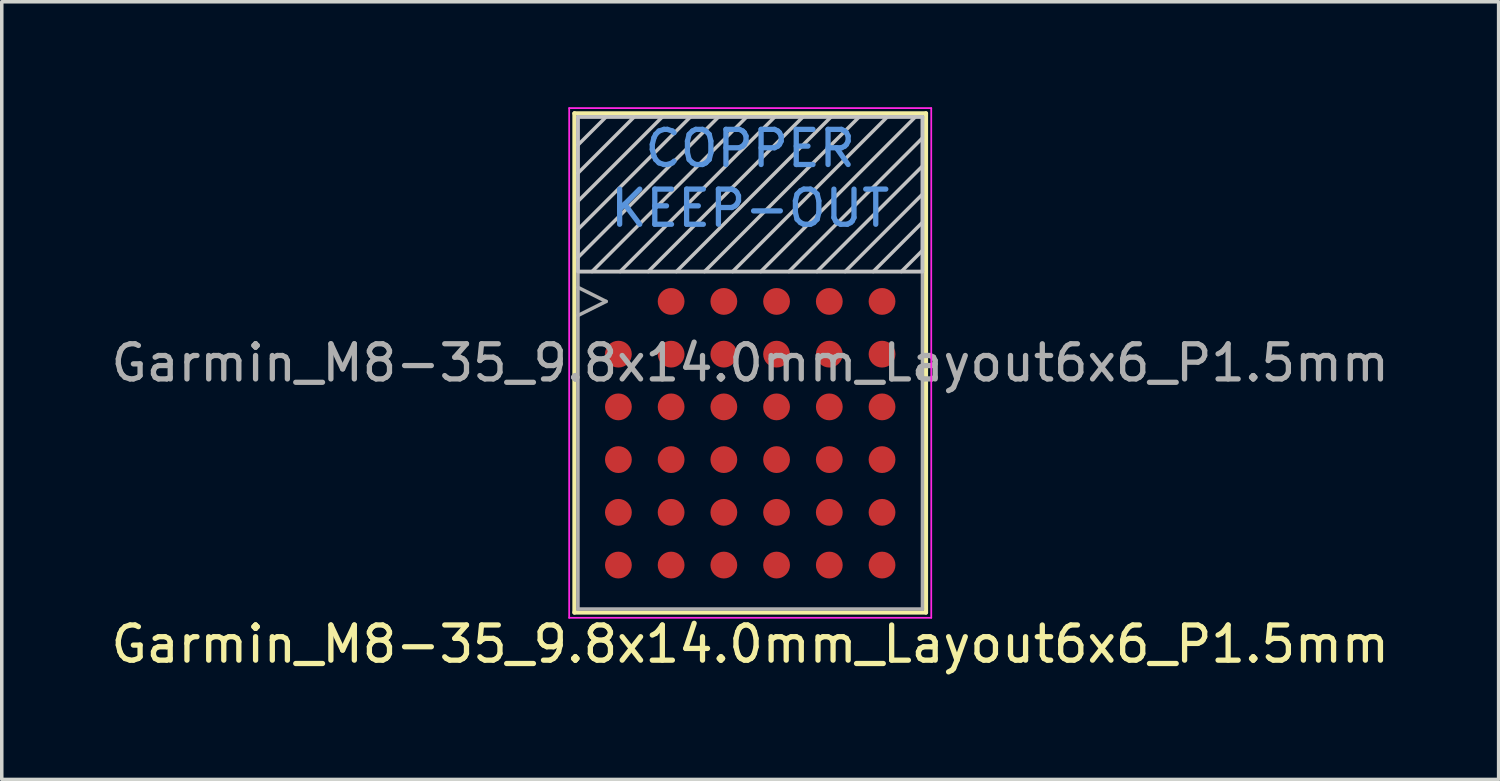
<source format=kicad_pcb>
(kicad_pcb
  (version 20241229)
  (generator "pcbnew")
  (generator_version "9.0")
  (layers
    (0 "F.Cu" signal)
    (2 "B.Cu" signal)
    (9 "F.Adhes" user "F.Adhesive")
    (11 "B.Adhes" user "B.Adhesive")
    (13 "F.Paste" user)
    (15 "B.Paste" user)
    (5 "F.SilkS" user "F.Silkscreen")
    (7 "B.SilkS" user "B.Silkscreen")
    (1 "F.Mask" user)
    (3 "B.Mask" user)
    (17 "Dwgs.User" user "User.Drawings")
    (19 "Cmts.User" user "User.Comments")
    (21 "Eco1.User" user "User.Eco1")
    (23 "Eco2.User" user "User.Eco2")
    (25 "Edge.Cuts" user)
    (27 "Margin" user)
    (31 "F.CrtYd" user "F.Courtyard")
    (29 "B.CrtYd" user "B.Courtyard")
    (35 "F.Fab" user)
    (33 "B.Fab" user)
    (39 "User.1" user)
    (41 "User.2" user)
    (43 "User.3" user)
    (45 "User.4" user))
  (footprint "Garmin_M8-35_9.8x14.0mm_Layout6x6_P1.5mm"
    (layer "F.Cu")
    (at 18.292 7.275)
    (property "Reference" "Garmin_M8-35_9.8x14.0mm_Layout6x6_P1.5mm" (at 0 8 0) (layer "F.SilkS") (effects (font (size 1 1) (thickness 0.15))))
    (attr smd)
    (fp_line (start -5 -7.1) (end -5 7.1) (stroke (width 0.12) (type solid)) (layer "F.SilkS"))
    (fp_line (start -5 7.1) (end 5 7.1) (stroke (width 0.12) (type solid)) (layer "F.SilkS"))
    (fp_line (start 5 -7.1) (end -5 -7.1) (stroke (width 0.12) (type solid)) (layer "F.SilkS"))
    (fp_line (start 5 7.1) (end 5 -7.1) (stroke (width 0.12) (type solid)) (layer "F.SilkS"))
    (fp_poly (pts (xy -4.18 -0.315) (xy -4.18 -0.68) (xy -3.815 -0.68) (xy -3.815 -0.315)) (stroke (width 0) (type solid)) (fill yes) (layer "F.Paste"))
    (fp_poly (pts (xy -4.18 0.18) (xy -4.18 -0.185) (xy -3.815 -0.185) (xy -3.815 0.18)) (stroke (width 0) (type solid)) (fill yes) (layer "F.Paste"))
    (fp_poly (pts (xy -4.18 1.185) (xy -4.18 0.82) (xy -3.815 0.82) (xy -3.815 1.185)) (stroke (width 0) (type solid)) (fill yes) (layer "F.Paste"))
    (fp_poly (pts (xy -4.18 1.68) (xy -4.18 1.315) (xy -3.815 1.315) (xy -3.815 1.68)) (stroke (width 0) (type solid)) (fill yes) (layer "F.Paste"))
    (fp_poly (pts (xy -4.18 2.685) (xy -4.18 2.32) (xy -3.815 2.32) (xy -3.815 2.685)) (stroke (width 0) (type solid)) (fill yes) (layer "F.Paste"))
    (fp_poly (pts (xy -4.18 3.18) (xy -4.18 2.815) (xy -3.815 2.815) (xy -3.815 3.18)) (stroke (width 0) (type solid)) (fill yes) (layer "F.Paste"))
    (fp_poly (pts (xy -4.18 4.185) (xy -4.18 3.82) (xy -3.815 3.82) (xy -3.815 4.185)) (stroke (width 0) (type solid)) (fill yes) (layer "F.Paste"))
    (fp_poly (pts (xy -4.18 4.68) (xy -4.18 4.315) (xy -3.815 4.315) (xy -3.815 4.68)) (stroke (width 0) (type solid)) (fill yes) (layer "F.Paste"))
    (fp_poly (pts (xy -4.18 5.685) (xy -4.18 5.32) (xy -3.815 5.32) (xy -3.815 5.685)) (stroke (width 0) (type solid)) (fill yes) (layer "F.Paste"))
    (fp_poly (pts (xy -4.18 6.18) (xy -4.18 5.815) (xy -3.815 5.815) (xy -3.815 6.18)) (stroke (width 0) (type solid)) (fill yes) (layer "F.Paste"))
    (fp_poly (pts (xy -3.685 -0.315) (xy -3.685 -0.68) (xy -3.32 -0.68) (xy -3.32 -0.315)) (stroke (width 0) (type solid)) (fill yes) (layer "F.Paste"))
    (fp_poly (pts (xy -3.685 0.18) (xy -3.685 -0.185) (xy -3.32 -0.185) (xy -3.32 0.18)) (stroke (width 0) (type solid)) (fill yes) (layer "F.Paste"))
    (fp_poly (pts (xy -3.685 1.185) (xy -3.685 0.82) (xy -3.32 0.82) (xy -3.32 1.185)) (stroke (width 0) (type solid)) (fill yes) (layer "F.Paste"))
    (fp_poly (pts (xy -3.685 1.68) (xy -3.685 1.315) (xy -3.32 1.315) (xy -3.32 1.68)) (stroke (width 0) (type solid)) (fill yes) (layer "F.Paste"))
    (fp_poly (pts (xy -3.685 2.685) (xy -3.685 2.32) (xy -3.32 2.32) (xy -3.32 2.685)) (stroke (width 0) (type solid)) (fill yes) (layer "F.Paste"))
    (fp_poly (pts (xy -3.685 3.18) (xy -3.685 2.815) (xy -3.32 2.815) (xy -3.32 3.18)) (stroke (width 0) (type solid)) (fill yes) (layer "F.Paste"))
    (fp_poly (pts (xy -3.685 4.185) (xy -3.685 3.82) (xy -3.32 3.82) (xy -3.32 4.185)) (stroke (width 0) (type solid)) (fill yes) (layer "F.Paste"))
    (fp_poly (pts (xy -3.685 4.68) (xy -3.685 4.315) (xy -3.32 4.315) (xy -3.32 4.68)) (stroke (width 0) (type solid)) (fill yes) (layer "F.Paste"))
    (fp_poly (pts (xy -3.685 5.685) (xy -3.685 5.32) (xy -3.32 5.32) (xy -3.32 5.685)) (stroke (width 0) (type solid)) (fill yes) (layer "F.Paste"))
    (fp_poly (pts (xy -3.685 6.18) (xy -3.685 5.815) (xy -3.32 5.815) (xy -3.32 6.18)) (stroke (width 0) (type solid)) (fill yes) (layer "F.Paste"))
    (fp_poly (pts (xy -2.68 -1.815) (xy -2.68 -2.18) (xy -2.315 -2.18) (xy -2.315 -1.815)) (stroke (width 0) (type solid)) (fill yes) (layer "F.Paste"))
    (fp_poly (pts (xy -2.68 -1.32) (xy -2.68 -1.685) (xy -2.315 -1.685) (xy -2.315 -1.32)) (stroke (width 0) (type solid)) (fill yes) (layer "F.Paste"))
    (fp_poly (pts (xy -2.68 -0.315) (xy -2.68 -0.68) (xy -2.315 -0.68) (xy -2.315 -0.315)) (stroke (width 0) (type solid)) (fill yes) (layer "F.Paste"))
    (fp_poly (pts (xy -2.68 0.18) (xy -2.68 -0.185) (xy -2.315 -0.185) (xy -2.315 0.18)) (stroke (width 0) (type solid)) (fill yes) (layer "F.Paste"))
    (fp_poly (pts (xy -2.68 1.185) (xy -2.68 0.82) (xy -2.315 0.82) (xy -2.315 1.185)) (stroke (width 0) (type solid)) (fill yes) (layer "F.Paste"))
    (fp_poly (pts (xy -2.68 1.68) (xy -2.68 1.315) (xy -2.315 1.315) (xy -2.315 1.68)) (stroke (width 0) (type solid)) (fill yes) (layer "F.Paste"))
    (fp_poly (pts (xy -2.68 2.685) (xy -2.68 2.32) (xy -2.315 2.32) (xy -2.315 2.685)) (stroke (width 0) (type solid)) (fill yes) (layer "F.Paste"))
    (fp_poly (pts (xy -2.68 3.18) (xy -2.68 2.815) (xy -2.315 2.815) (xy -2.315 3.18)) (stroke (width 0) (type solid)) (fill yes) (layer "F.Paste"))
    (fp_poly (pts (xy -2.68 4.185) (xy -2.68 3.82) (xy -2.315 3.82) (xy -2.315 4.185)) (stroke (width 0) (type solid)) (fill yes) (layer "F.Paste"))
    (fp_poly (pts (xy -2.68 4.68) (xy -2.68 4.315) (xy -2.315 4.315) (xy -2.315 4.68)) (stroke (width 0) (type solid)) (fill yes) (layer "F.Paste"))
    (fp_poly (pts (xy -2.68 5.685) (xy -2.68 5.32) (xy -2.315 5.32) (xy -2.315 5.685)) (stroke (width 0) (type solid)) (fill yes) (layer "F.Paste"))
    (fp_poly (pts (xy -2.68 6.18) (xy -2.68 5.815) (xy -2.315 5.815) (xy -2.315 6.18)) (stroke (width 0) (type solid)) (fill yes) (layer "F.Paste"))
    (fp_poly (pts (xy -2.185 -1.815) (xy -2.185 -2.18) (xy -1.82 -2.18) (xy -1.82 -1.815)) (stroke (width 0) (type solid)) (fill yes) (layer "F.Paste"))
    (fp_poly (pts (xy -2.185 -1.32) (xy -2.185 -1.685) (xy -1.82 -1.685) (xy -1.82 -1.32)) (stroke (width 0) (type solid)) (fill yes) (layer "F.Paste"))
    (fp_poly (pts (xy -2.185 -0.315) (xy -2.185 -0.68) (xy -1.82 -0.68) (xy -1.82 -0.315)) (stroke (width 0) (type solid)) (fill yes) (layer "F.Paste"))
    (fp_poly (pts (xy -2.185 0.18) (xy -2.185 -0.185) (xy -1.82 -0.185) (xy -1.82 0.18)) (stroke (width 0) (type solid)) (fill yes) (layer "F.Paste"))
    (fp_poly (pts (xy -2.185 1.185) (xy -2.185 0.82) (xy -1.82 0.82) (xy -1.82 1.185)) (stroke (width 0) (type solid)) (fill yes) (layer "F.Paste"))
    (fp_poly (pts (xy -2.185 1.68) (xy -2.185 1.315) (xy -1.82 1.315) (xy -1.82 1.68)) (stroke (width 0) (type solid)) (fill yes) (layer "F.Paste"))
    (fp_poly (pts (xy -2.185 2.685) (xy -2.185 2.32) (xy -1.82 2.32) (xy -1.82 2.685)) (stroke (width 0) (type solid)) (fill yes) (layer "F.Paste"))
    (fp_poly (pts (xy -2.185 3.18) (xy -2.185 2.815) (xy -1.82 2.815) (xy -1.82 3.18)) (stroke (width 0) (type solid)) (fill yes) (layer "F.Paste"))
    (fp_poly (pts (xy -2.185 4.185) (xy -2.185 3.82) (xy -1.82 3.82) (xy -1.82 4.185)) (stroke (width 0) (type solid)) (fill yes) (layer "F.Paste"))
    (fp_poly (pts (xy -2.185 4.68) (xy -2.185 4.315) (xy -1.82 4.315) (xy -1.82 4.68)) (stroke (width 0) (type solid)) (fill yes) (layer "F.Paste"))
    (fp_poly (pts (xy -2.185 5.685) (xy -2.185 5.32) (xy -1.82 5.32) (xy -1.82 5.685)) (stroke (width 0) (type solid)) (fill yes) (layer "F.Paste"))
    (fp_poly (pts (xy -2.185 6.18) (xy -2.185 5.815) (xy -1.82 5.815) (xy -1.82 6.18)) (stroke (width 0) (type solid)) (fill yes) (layer "F.Paste"))
    (fp_poly (pts (xy -1.18 -1.815) (xy -1.18 -2.18) (xy -0.815 -2.18) (xy -0.815 -1.815)) (stroke (width 0) (type solid)) (fill yes) (layer "F.Paste"))
    (fp_poly (pts (xy -1.18 -1.32) (xy -1.18 -1.685) (xy -0.815 -1.685) (xy -0.815 -1.32)) (stroke (width 0) (type solid)) (fill yes) (layer "F.Paste"))
    (fp_poly (pts (xy -1.18 -0.315) (xy -1.18 -0.68) (xy -0.815 -0.68) (xy -0.815 -0.315)) (stroke (width 0) (type solid)) (fill yes) (layer "F.Paste"))
    (fp_poly (pts (xy -1.18 0.18) (xy -1.18 -0.185) (xy -0.815 -0.185) (xy -0.815 0.18)) (stroke (width 0) (type solid)) (fill yes) (layer "F.Paste"))
    (fp_poly (pts (xy -1.18 1.185) (xy -1.18 0.82) (xy -0.815 0.82) (xy -0.815 1.185)) (stroke (width 0) (type solid)) (fill yes) (layer "F.Paste"))
    (fp_poly (pts (xy -1.18 1.68) (xy -1.18 1.315) (xy -0.815 1.315) (xy -0.815 1.68)) (stroke (width 0) (type solid)) (fill yes) (layer "F.Paste"))
    (fp_poly (pts (xy -1.18 2.685) (xy -1.18 2.32) (xy -0.815 2.32) (xy -0.815 2.685)) (stroke (width 0) (type solid)) (fill yes) (layer "F.Paste"))
    (fp_poly (pts (xy -1.18 3.18) (xy -1.18 2.815) (xy -0.815 2.815) (xy -0.815 3.18)) (stroke (width 0) (type solid)) (fill yes) (layer "F.Paste"))
    (fp_poly (pts (xy -1.18 4.185) (xy -1.18 3.82) (xy -0.815 3.82) (xy -0.815 4.185)) (stroke (width 0) (type solid)) (fill yes) (layer "F.Paste"))
    (fp_poly (pts (xy -1.18 4.68) (xy -1.18 4.315) (xy -0.815 4.315) (xy -0.815 4.68)) (stroke (width 0) (type solid)) (fill yes) (layer "F.Paste"))
    (fp_poly (pts (xy -1.18 5.685) (xy -1.18 5.32) (xy -0.815 5.32) (xy -0.815 5.685)) (stroke (width 0) (type solid)) (fill yes) (layer "F.Paste"))
    (fp_poly (pts (xy -1.18 6.18) (xy -1.18 5.815) (xy -0.815 5.815) (xy -0.815 6.18)) (stroke (width 0) (type solid)) (fill yes) (layer "F.Paste"))
    (fp_poly (pts (xy -0.685 -1.815) (xy -0.685 -2.18) (xy -0.32 -2.18) (xy -0.32 -1.815)) (stroke (width 0) (type solid)) (fill yes) (layer "F.Paste"))
    (fp_poly (pts (xy -0.685 -1.32) (xy -0.685 -1.685) (xy -0.32 -1.685) (xy -0.32 -1.32)) (stroke (width 0) (type solid)) (fill yes) (layer "F.Paste"))
    (fp_poly (pts (xy -0.685 -0.315) (xy -0.685 -0.68) (xy -0.32 -0.68) (xy -0.32 -0.315)) (stroke (width 0) (type solid)) (fill yes) (layer "F.Paste"))
    (fp_poly (pts (xy -0.685 0.18) (xy -0.685 -0.185) (xy -0.32 -0.185) (xy -0.32 0.18)) (stroke (width 0) (type solid)) (fill yes) (layer "F.Paste"))
    (fp_poly (pts (xy -0.685 1.185) (xy -0.685 0.82) (xy -0.32 0.82) (xy -0.32 1.185)) (stroke (width 0) (type solid)) (fill yes) (layer "F.Paste"))
    (fp_poly (pts (xy -0.685 1.68) (xy -0.685 1.315) (xy -0.32 1.315) (xy -0.32 1.68)) (stroke (width 0) (type solid)) (fill yes) (layer "F.Paste"))
    (fp_poly (pts (xy -0.685 2.685) (xy -0.685 2.32) (xy -0.32 2.32) (xy -0.32 2.685)) (stroke (width 0) (type solid)) (fill yes) (layer "F.Paste"))
    (fp_poly (pts (xy -0.685 3.18) (xy -0.685 2.815) (xy -0.32 2.815) (xy -0.32 3.18)) (stroke (width 0) (type solid)) (fill yes) (layer "F.Paste"))
    (fp_poly (pts (xy -0.685 4.185) (xy -0.685 3.82) (xy -0.32 3.82) (xy -0.32 4.185)) (stroke (width 0) (type solid)) (fill yes) (layer "F.Paste"))
    (fp_poly (pts (xy -0.685 4.68) (xy -0.685 4.315) (xy -0.32 4.315) (xy -0.32 4.68)) (stroke (width 0) (type solid)) (fill yes) (layer "F.Paste"))
    (fp_poly (pts (xy -0.685 5.685) (xy -0.685 5.32) (xy -0.32 5.32) (xy -0.32 5.685)) (stroke (width 0) (type solid)) (fill yes) (layer "F.Paste"))
    (fp_poly (pts (xy -0.685 6.18) (xy -0.685 5.815) (xy -0.32 5.815) (xy -0.32 6.18)) (stroke (width 0) (type solid)) (fill yes) (layer "F.Paste"))
    (fp_poly (pts (xy 0.32 -1.815) (xy 0.32 -2.18) (xy 0.685 -2.18) (xy 0.685 -1.815)) (stroke (width 0) (type solid)) (fill yes) (layer "F.Paste"))
    (fp_poly (pts (xy 0.32 -1.32) (xy 0.32 -1.685) (xy 0.685 -1.685) (xy 0.685 -1.32)) (stroke (width 0) (type solid)) (fill yes) (layer "F.Paste"))
    (fp_poly (pts (xy 0.32 -0.315) (xy 0.32 -0.68) (xy 0.685 -0.68) (xy 0.685 -0.315)) (stroke (width 0) (type solid)) (fill yes) (layer "F.Paste"))
    (fp_poly (pts (xy 0.32 0.18) (xy 0.32 -0.185) (xy 0.685 -0.185) (xy 0.685 0.18)) (stroke (width 0) (type solid)) (fill yes) (layer "F.Paste"))
    (fp_poly (pts (xy 0.32 1.185) (xy 0.32 0.82) (xy 0.685 0.82) (xy 0.685 1.185)) (stroke (width 0) (type solid)) (fill yes) (layer "F.Paste"))
    (fp_poly (pts (xy 0.32 1.68) (xy 0.32 1.315) (xy 0.685 1.315) (xy 0.685 1.68)) (stroke (width 0) (type solid)) (fill yes) (layer "F.Paste"))
    (fp_poly (pts (xy 0.32 2.685) (xy 0.32 2.32) (xy 0.685 2.32) (xy 0.685 2.685)) (stroke (width 0) (type solid)) (fill yes) (layer "F.Paste"))
    (fp_poly (pts (xy 0.32 3.18) (xy 0.32 2.815) (xy 0.685 2.815) (xy 0.685 3.18)) (stroke (width 0) (type solid)) (fill yes) (layer "F.Paste"))
    (fp_poly (pts (xy 0.32 4.185) (xy 0.32 3.82) (xy 0.685 3.82) (xy 0.685 4.185)) (stroke (width 0) (type solid)) (fill yes) (layer "F.Paste"))
    (fp_poly (pts (xy 0.32 4.68) (xy 0.32 4.315) (xy 0.685 4.315) (xy 0.685 4.68)) (stroke (width 0) (type solid)) (fill yes) (layer "F.Paste"))
    (fp_poly (pts (xy 0.32 5.685) (xy 0.32 5.32) (xy 0.685 5.32) (xy 0.685 5.685)) (stroke (width 0) (type solid)) (fill yes) (layer "F.Paste"))
    (fp_poly (pts (xy 0.32 6.18) (xy 0.32 5.815) (xy 0.685 5.815) (xy 0.685 6.18)) (stroke (width 0) (type solid)) (fill yes) (layer "F.Paste"))
    (fp_poly (pts (xy 0.815 -1.815) (xy 0.815 -2.18) (xy 1.18 -2.18) (xy 1.18 -1.815)) (stroke (width 0) (type solid)) (fill yes) (layer "F.Paste"))
    (fp_poly (pts (xy 0.815 -1.32) (xy 0.815 -1.685) (xy 1.18 -1.685) (xy 1.18 -1.32)) (stroke (width 0) (type solid)) (fill yes) (layer "F.Paste"))
    (fp_poly (pts (xy 0.815 -0.315) (xy 0.815 -0.68) (xy 1.18 -0.68) (xy 1.18 -0.315)) (stroke (width 0) (type solid)) (fill yes) (layer "F.Paste"))
    (fp_poly (pts (xy 0.815 0.18) (xy 0.815 -0.185) (xy 1.18 -0.185) (xy 1.18 0.18)) (stroke (width 0) (type solid)) (fill yes) (layer "F.Paste"))
    (fp_poly (pts (xy 0.815 1.185) (xy 0.815 0.82) (xy 1.18 0.82) (xy 1.18 1.185)) (stroke (width 0) (type solid)) (fill yes) (layer "F.Paste"))
    (fp_poly (pts (xy 0.815 1.68) (xy 0.815 1.315) (xy 1.18 1.315) (xy 1.18 1.68)) (stroke (width 0) (type solid)) (fill yes) (layer "F.Paste"))
    (fp_poly (pts (xy 0.815 2.685) (xy 0.815 2.32) (xy 1.18 2.32) (xy 1.18 2.685)) (stroke (width 0) (type solid)) (fill yes) (layer "F.Paste"))
    (fp_poly (pts (xy 0.815 3.18) (xy 0.815 2.815) (xy 1.18 2.815) (xy 1.18 3.18)) (stroke (width 0) (type solid)) (fill yes) (layer "F.Paste"))
    (fp_poly (pts (xy 0.815 4.185) (xy 0.815 3.82) (xy 1.18 3.82) (xy 1.18 4.185)) (stroke (width 0) (type solid)) (fill yes) (layer "F.Paste"))
    (fp_poly (pts (xy 0.815 4.68) (xy 0.815 4.315) (xy 1.18 4.315) (xy 1.18 4.68)) (stroke (width 0) (type solid)) (fill yes) (layer "F.Paste"))
    (fp_poly (pts (xy 0.815 5.685) (xy 0.815 5.32) (xy 1.18 5.32) (xy 1.18 5.685)) (stroke (width 0) (type solid)) (fill yes) (layer "F.Paste"))
    (fp_poly (pts (xy 0.815 6.18) (xy 0.815 5.815) (xy 1.18 5.815) (xy 1.18 6.18)) (stroke (width 0) (type solid)) (fill yes) (layer "F.Paste"))
    (fp_poly (pts (xy 1.82 -1.815) (xy 1.82 -2.18) (xy 2.185 -2.18) (xy 2.185 -1.815)) (stroke (width 0) (type solid)) (fill yes) (layer "F.Paste"))
    (fp_poly (pts (xy 1.82 -1.32) (xy 1.82 -1.685) (xy 2.185 -1.685) (xy 2.185 -1.32)) (stroke (width 0) (type solid)) (fill yes) (layer "F.Paste"))
    (fp_poly (pts (xy 1.82 -0.315) (xy 1.82 -0.68) (xy 2.185 -0.68) (xy 2.185 -0.315)) (stroke (width 0) (type solid)) (fill yes) (layer "F.Paste"))
    (fp_poly (pts (xy 1.82 0.18) (xy 1.82 -0.185) (xy 2.185 -0.185) (xy 2.185 0.18)) (stroke (width 0) (type solid)) (fill yes) (layer "F.Paste"))
    (fp_poly (pts (xy 1.82 1.185) (xy 1.82 0.82) (xy 2.185 0.82) (xy 2.185 1.185)) (stroke (width 0) (type solid)) (fill yes) (layer "F.Paste"))
    (fp_poly (pts (xy 1.82 1.68) (xy 1.82 1.315) (xy 2.185 1.315) (xy 2.185 1.68)) (stroke (width 0) (type solid)) (fill yes) (layer "F.Paste"))
    (fp_poly (pts (xy 1.82 2.685) (xy 1.82 2.32) (xy 2.185 2.32) (xy 2.185 2.685)) (stroke (width 0) (type solid)) (fill yes) (layer "F.Paste"))
    (fp_poly (pts (xy 1.82 3.18) (xy 1.82 2.815) (xy 2.185 2.815) (xy 2.185 3.18)) (stroke (width 0) (type solid)) (fill yes) (layer "F.Paste"))
    (fp_poly (pts (xy 1.82 4.185) (xy 1.82 3.82) (xy 2.185 3.82) (xy 2.185 4.185)) (stroke (width 0) (type solid)) (fill yes) (layer "F.Paste"))
    (fp_poly (pts (xy 1.82 4.68) (xy 1.82 4.315) (xy 2.185 4.315) (xy 2.185 4.68)) (stroke (width 0) (type solid)) (fill yes) (layer "F.Paste"))
    (fp_poly (pts (xy 1.82 5.685) (xy 1.82 5.32) (xy 2.185 5.32) (xy 2.185 5.685)) (stroke (width 0) (type solid)) (fill yes) (layer "F.Paste"))
    (fp_poly (pts (xy 1.82 6.18) (xy 1.82 5.815) (xy 2.185 5.815) (xy 2.185 6.18)) (stroke (width 0) (type solid)) (fill yes) (layer "F.Paste"))
    (fp_poly (pts (xy 2.315 -1.815) (xy 2.315 -2.18) (xy 2.68 -2.18) (xy 2.68 -1.815)) (stroke (width 0) (type solid)) (fill yes) (layer "F.Paste"))
    (fp_poly (pts (xy 2.315 -1.32) (xy 2.315 -1.685) (xy 2.68 -1.685) (xy 2.68 -1.32)) (stroke (width 0) (type solid)) (fill yes) (layer "F.Paste"))
    (fp_poly (pts (xy 2.315 -0.315) (xy 2.315 -0.68) (xy 2.68 -0.68) (xy 2.68 -0.315)) (stroke (width 0) (type solid)) (fill yes) (layer "F.Paste"))
    (fp_poly (pts (xy 2.315 0.18) (xy 2.315 -0.185) (xy 2.68 -0.185) (xy 2.68 0.18)) (stroke (width 0) (type solid)) (fill yes) (layer "F.Paste"))
    (fp_poly (pts (xy 2.315 1.185) (xy 2.315 0.82) (xy 2.68 0.82) (xy 2.68 1.185)) (stroke (width 0) (type solid)) (fill yes) (layer "F.Paste"))
    (fp_poly (pts (xy 2.315 1.68) (xy 2.315 1.315) (xy 2.68 1.315) (xy 2.68 1.68)) (stroke (width 0) (type solid)) (fill yes) (layer "F.Paste"))
    (fp_poly (pts (xy 2.315 2.685) (xy 2.315 2.32) (xy 2.68 2.32) (xy 2.68 2.685)) (stroke (width 0) (type solid)) (fill yes) (layer "F.Paste"))
    (fp_poly (pts (xy 2.315 3.18) (xy 2.315 2.815) (xy 2.68 2.815) (xy 2.68 3.18)) (stroke (width 0) (type solid)) (fill yes) (layer "F.Paste"))
    (fp_poly (pts (xy 2.315 4.185) (xy 2.315 3.82) (xy 2.68 3.82) (xy 2.68 4.185)) (stroke (width 0) (type solid)) (fill yes) (layer "F.Paste"))
    (fp_poly (pts (xy 2.315 4.68) (xy 2.315 4.315) (xy 2.68 4.315) (xy 2.68 4.68)) (stroke (width 0) (type solid)) (fill yes) (layer "F.Paste"))
    (fp_poly (pts (xy 2.315 5.685) (xy 2.315 5.32) (xy 2.68 5.32) (xy 2.68 5.685)) (stroke (width 0) (type solid)) (fill yes) (layer "F.Paste"))
    (fp_poly (pts (xy 2.315 6.18) (xy 2.315 5.815) (xy 2.68 5.815) (xy 2.68 6.18)) (stroke (width 0) (type solid)) (fill yes) (layer "F.Paste"))
    (fp_poly (pts (xy 3.32 -1.815) (xy 3.32 -2.18) (xy 3.685 -2.18) (xy 3.685 -1.815)) (stroke (width 0) (type solid)) (fill yes) (layer "F.Paste"))
    (fp_poly (pts (xy 3.32 -1.32) (xy 3.32 -1.685) (xy 3.685 -1.685) (xy 3.685 -1.32)) (stroke (width 0) (type solid)) (fill yes) (layer "F.Paste"))
    (fp_poly (pts (xy 3.32 -0.315) (xy 3.32 -0.68) (xy 3.685 -0.68) (xy 3.685 -0.315)) (stroke (width 0) (type solid)) (fill yes) (layer "F.Paste"))
    (fp_poly (pts (xy 3.32 0.18) (xy 3.32 -0.185) (xy 3.685 -0.185) (xy 3.685 0.18)) (stroke (width 0) (type solid)) (fill yes) (layer "F.Paste"))
    (fp_poly (pts (xy 3.32 1.185) (xy 3.32 0.82) (xy 3.685 0.82) (xy 3.685 1.185)) (stroke (width 0) (type solid)) (fill yes) (layer "F.Paste"))
    (fp_poly (pts (xy 3.32 1.68) (xy 3.32 1.315) (xy 3.685 1.315) (xy 3.685 1.68)) (stroke (width 0) (type solid)) (fill yes) (layer "F.Paste"))
    (fp_poly (pts (xy 3.32 2.685) (xy 3.32 2.32) (xy 3.685 2.32) (xy 3.685 2.685)) (stroke (width 0) (type solid)) (fill yes) (layer "F.Paste"))
    (fp_poly (pts (xy 3.32 3.18) (xy 3.32 2.815) (xy 3.685 2.815) (xy 3.685 3.18)) (stroke (width 0) (type solid)) (fill yes) (layer "F.Paste"))
    (fp_poly (pts (xy 3.32 4.185) (xy 3.32 3.82) (xy 3.685 3.82) (xy 3.685 4.185)) (stroke (width 0) (type solid)) (fill yes) (layer "F.Paste"))
    (fp_poly (pts (xy 3.32 4.68) (xy 3.32 4.315) (xy 3.685 4.315) (xy 3.685 4.68)) (stroke (width 0) (type solid)) (fill yes) (layer "F.Paste"))
    (fp_poly (pts (xy 3.32 5.685) (xy 3.32 5.32) (xy 3.685 5.32) (xy 3.685 5.685)) (stroke (width 0) (type solid)) (fill yes) (layer "F.Paste"))
    (fp_poly (pts (xy 3.32 6.18) (xy 3.32 5.815) (xy 3.685 5.815) (xy 3.685 6.18)) (stroke (width 0) (type solid)) (fill yes) (layer "F.Paste"))
    (fp_poly (pts (xy 3.815 -1.815) (xy 3.815 -2.18) (xy 4.18 -2.18) (xy 4.18 -1.815)) (stroke (width 0) (type solid)) (fill yes) (layer "F.Paste"))
    (fp_poly (pts (xy 3.815 -1.32) (xy 3.815 -1.685) (xy 4.18 -1.685) (xy 4.18 -1.32)) (stroke (width 0) (type solid)) (fill yes) (layer "F.Paste"))
    (fp_poly (pts (xy 3.815 -0.315) (xy 3.815 -0.68) (xy 4.18 -0.68) (xy 4.18 -0.315)) (stroke (width 0) (type solid)) (fill yes) (layer "F.Paste"))
    (fp_poly (pts (xy 3.815 0.18) (xy 3.815 -0.185) (xy 4.18 -0.185) (xy 4.18 0.18)) (stroke (width 0) (type solid)) (fill yes) (layer "F.Paste"))
    (fp_poly (pts (xy 3.815 1.185) (xy 3.815 0.82) (xy 4.18 0.82) (xy 4.18 1.185)) (stroke (width 0) (type solid)) (fill yes) (layer "F.Paste"))
    (fp_poly (pts (xy 3.815 1.68) (xy 3.815 1.315) (xy 4.18 1.315) (xy 4.18 1.68)) (stroke (width 0) (type solid)) (fill yes) (layer "F.Paste"))
    (fp_poly (pts (xy 3.815 2.685) (xy 3.815 2.32) (xy 4.18 2.32) (xy 4.18 2.685)) (stroke (width 0) (type solid)) (fill yes) (layer "F.Paste"))
    (fp_poly (pts (xy 3.815 3.18) (xy 3.815 2.815) (xy 4.18 2.815) (xy 4.18 3.18)) (stroke (width 0) (type solid)) (fill yes) (layer "F.Paste"))
    (fp_poly (pts (xy 3.815 4.185) (xy 3.815 3.82) (xy 4.18 3.82) (xy 4.18 4.185)) (stroke (width 0) (type solid)) (fill yes) (layer "F.Paste"))
    (fp_poly (pts (xy 3.815 4.68) (xy 3.815 4.315) (xy 4.18 4.315) (xy 4.18 4.68)) (stroke (width 0) (type solid)) (fill yes) (layer "F.Paste"))
    (fp_poly (pts (xy 3.815 5.685) (xy 3.815 5.32) (xy 4.18 5.32) (xy 4.18 5.685)) (stroke (width 0) (type solid)) (fill yes) (layer "F.Paste"))
    (fp_poly (pts (xy 3.815 6.18) (xy 3.815 5.815) (xy 4.18 5.815) (xy 4.18 6.18)) (stroke (width 0) (type solid)) (fill yes) (layer "F.Paste"))
    (fp_line (start -4.9 -7) (end -4.9 -2.625) (stroke (width 0.1) (type solid)) (layer "Dwgs.User"))
    (fp_line (start -4.9 -6.2) (end -4.1 -7) (stroke (width 0.1) (type solid)) (layer "Dwgs.User"))
    (fp_line (start -4.9 -5.4) (end -3.3 -7) (stroke (width 0.1) (type solid)) (layer "Dwgs.User"))
    (fp_line (start -4.9 -4.6) (end -2.5 -7) (stroke (width 0.1) (type solid)) (layer "Dwgs.User"))
    (fp_line (start -4.9 -3.8) (end -1.7 -7) (stroke (width 0.1) (type solid)) (layer "Dwgs.User"))
    (fp_line (start -4.9 -3) (end -0.9 -7) (stroke (width 0.1) (type solid)) (layer "Dwgs.User"))
    (fp_line (start -4.9 -2.6) (end 4.9 -2.6) (stroke (width 0.1) (type solid)) (layer "Dwgs.User"))
    (fp_line (start -4.5 -2.6) (end -0.1 -7) (stroke (width 0.1) (type solid)) (layer "Dwgs.User"))
    (fp_line (start 0.7 -7) (end -3.7 -2.6) (stroke (width 0.1) (type solid)) (layer "Dwgs.User"))
    (fp_line (start 1.5 -7) (end -2.9 -2.6) (stroke (width 0.1) (type solid)) (layer "Dwgs.User"))
    (fp_line (start 2.3 -7) (end -2.1 -2.6) (stroke (width 0.1) (type solid)) (layer "Dwgs.User"))
    (fp_line (start 3.1 -7) (end -1.3 -2.6) (stroke (width 0.1) (type solid)) (layer "Dwgs.User"))
    (fp_line (start 3.9 -7) (end -0.5 -2.6) (stroke (width 0.1) (type solid)) (layer "Dwgs.User"))
    (fp_line (start 4.7 -7) (end 0.3 -2.6) (stroke (width 0.1) (type solid)) (layer "Dwgs.User"))
    (fp_line (start 4.9 -7) (end -4.9 -7) (stroke (width 0.1) (type solid)) (layer "Dwgs.User"))
    (fp_line (start 4.9 -6.4) (end 1.1 -2.6) (stroke (width 0.1) (type solid)) (layer "Dwgs.User"))
    (fp_line (start 4.9 -5.6) (end 1.9 -2.6) (stroke (width 0.1) (type solid)) (layer "Dwgs.User"))
    (fp_line (start 4.9 -4.8) (end 2.7 -2.6) (stroke (width 0.1) (type solid)) (layer "Dwgs.User"))
    (fp_line (start 4.9 -4) (end 3.5 -2.6) (stroke (width 0.1) (type solid)) (layer "Dwgs.User"))
    (fp_line (start 4.9 -3.2) (end 4.3 -2.6) (stroke (width 0.1) (type solid)) (layer "Dwgs.User"))
    (fp_line (start 4.9 -2.6) (end 4.9 -7) (stroke (width 0.1) (type solid)) (layer "Dwgs.User"))
    (fp_line (start -5.15 -7.25) (end 5.15 -7.25) (stroke (width 0.05) (type solid)) (layer "F.CrtYd"))
    (fp_line (start -5.15 7.25) (end -5.15 -7.25) (stroke (width 0.05) (type solid)) (layer "F.CrtYd"))
    (fp_line (start 5.15 -7.25) (end 5.15 7.25) (stroke (width 0.05) (type solid)) (layer "F.CrtYd"))
    (fp_line (start 5.15 7.25) (end -5.15 7.25) (stroke (width 0.05) (type solid)) (layer "F.CrtYd"))
    (fp_line (start -4.9 -7) (end 4.9 -7) (stroke (width 0.1) (type solid)) (layer "F.Fab"))
    (fp_line (start -4.9 -2.6) (end 4.9 -2.6) (stroke (width 0.1) (type solid)) (layer "F.Fab"))
    (fp_line (start -4.9 -2.15) (end -4.1 -1.75) (stroke (width 0.1) (type solid)) (layer "F.Fab"))
    (fp_line (start -4.9 -1.35) (end -4.1 -1.75) (stroke (width 0.1) (type solid)) (layer "F.Fab"))
    (fp_line (start -4.9 7) (end -4.9 -7) (stroke (width 0.1) (type solid)) (layer "F.Fab"))
    (fp_line (start 4.9 -7) (end 4.9 7) (stroke (width 0.1) (type solid)) (layer "F.Fab"))
    (fp_line (start 4.9 7) (end -4.9 7) (stroke (width 0.1) (type solid)) (layer "F.Fab"))
    (fp_text user "KEEP-OUT" (at 0 -4.4 0) (layer "Cmts.User") (effects (font (size 1 1) (thickness 0.15))))
    (fp_text user "COPPER" (at 0 -6.1 0) (layer "Cmts.User") (effects (font (size 1 1) (thickness 0.15))))
    (fp_text user "${REFERENCE}" (at 0 0 0) (layer "F.Fab") (effects (font (size 1 1) (thickness 0.15))))
    (pad "A2" smd circle (at -2.25 -1.75) (size 0.762 0.762) (layers "F.Cu" "F.Mask"))
    (pad "A3" smd circle (at -0.75 -1.75) (size 0.762 0.762) (layers "F.Cu" "F.Mask"))
    (pad "A4" smd circle (at 0.75 -1.75) (size 0.762 0.762) (layers "F.Cu" "F.Mask"))
    (pad "A5" smd circle (at 2.25 -1.75) (size 0.762 0.762) (layers "F.Cu" "F.Mask"))
    (pad "A6" smd circle (at 3.75 -1.75) (size 0.762 0.762) (layers "F.Cu" "F.Mask"))
    (pad "B1" smd circle (at -3.75 -0.25) (size 0.762 0.762) (layers "F.Cu" "F.Mask"))
    (pad "B2" smd circle (at -2.25 -0.25) (size 0.762 0.762) (layers "F.Cu" "F.Mask"))
    (pad "B3" smd circle (at -0.75 -0.25) (size 0.762 0.762) (layers "F.Cu" "F.Mask"))
    (pad "B4" smd circle (at 0.75 -0.25) (size 0.762 0.762) (layers "F.Cu" "F.Mask"))
    (pad "B5" smd circle (at 2.25 -0.25) (size 0.762 0.762) (layers "F.Cu" "F.Mask"))
    (pad "B6" smd circle (at 3.75 -0.25) (size 0.762 0.762) (layers "F.Cu" "F.Mask"))
    (pad "C1" smd circle (at -3.75 1.25) (size 0.762 0.762) (layers "F.Cu" "F.Mask"))
    (pad "C2" smd circle (at -2.25 1.25) (size 0.762 0.762) (layers "F.Cu" "F.Mask"))
    (pad "C3" smd circle (at -0.75 1.25) (size 0.762 0.762) (layers "F.Cu" "F.Mask"))
    (pad "C4" smd circle (at 0.75 1.25) (size 0.762 0.762) (layers "F.Cu" "F.Mask"))
    (pad "C5" smd circle (at 2.25 1.25) (size 0.762 0.762) (layers "F.Cu" "F.Mask"))
    (pad "C6" smd circle (at 3.75 1.25) (size 0.762 0.762) (layers "F.Cu" "F.Mask"))
    (pad "D1" smd circle (at -3.75 2.75) (size 0.762 0.762) (layers "F.Cu" "F.Mask"))
    (pad "D2" smd circle (at -2.25 2.75) (size 0.762 0.762) (layers "F.Cu" "F.Mask"))
    (pad "D3" smd circle (at -0.75 2.75) (size 0.762 0.762) (layers "F.Cu" "F.Mask"))
    (pad "D4" smd circle (at 0.75 2.75) (size 0.762 0.762) (layers "F.Cu" "F.Mask"))
    (pad "D5" smd circle (at 2.25 2.75) (size 0.762 0.762) (layers "F.Cu" "F.Mask"))
    (pad "D6" smd circle (at 3.75 2.75) (size 0.762 0.762) (layers "F.Cu" "F.Mask"))
    (pad "E1" smd circle (at -3.75 4.25) (size 0.762 0.762) (layers "F.Cu" "F.Mask"))
    (pad "E2" smd circle (at -2.25 4.25) (size 0.762 0.762) (layers "F.Cu" "F.Mask"))
    (pad "E3" smd circle (at -0.75 4.25) (size 0.762 0.762) (layers "F.Cu" "F.Mask"))
    (pad "E4" smd circle (at 0.75 4.25) (size 0.762 0.762) (layers "F.Cu" "F.Mask"))
    (pad "E5" smd circle (at 2.25 4.25) (size 0.762 0.762) (layers "F.Cu" "F.Mask"))
    (pad "E6" smd circle (at 3.75 4.25) (size 0.762 0.762) (layers "F.Cu" "F.Mask"))
    (pad "F1" smd circle (at -3.75 5.75) (size 0.762 0.762) (layers "F.Cu" "F.Mask"))
    (pad "F2" smd circle (at -2.25 5.75) (size 0.762 0.762) (layers "F.Cu" "F.Mask"))
    (pad "F3" smd circle (at -0.75 5.75) (size 0.762 0.762) (layers "F.Cu" "F.Mask"))
    (pad "F4" smd circle (at 0.75 5.75) (size 0.762 0.762) (layers "F.Cu" "F.Mask"))
    (pad "F5" smd circle (at 2.25 5.75) (size 0.762 0.762) (layers "F.Cu" "F.Mask"))
    (pad "F6" smd circle (at 3.75 5.75) (size 0.762 0.762) (layers "F.Cu" "F.Mask")))
  (gr_rect
    (start -3 -3)
    (end 39.583 19.123)
    (stroke (width 0.1) (type default))
    (fill no)
    (layer "Edge.Cuts")))
</source>
